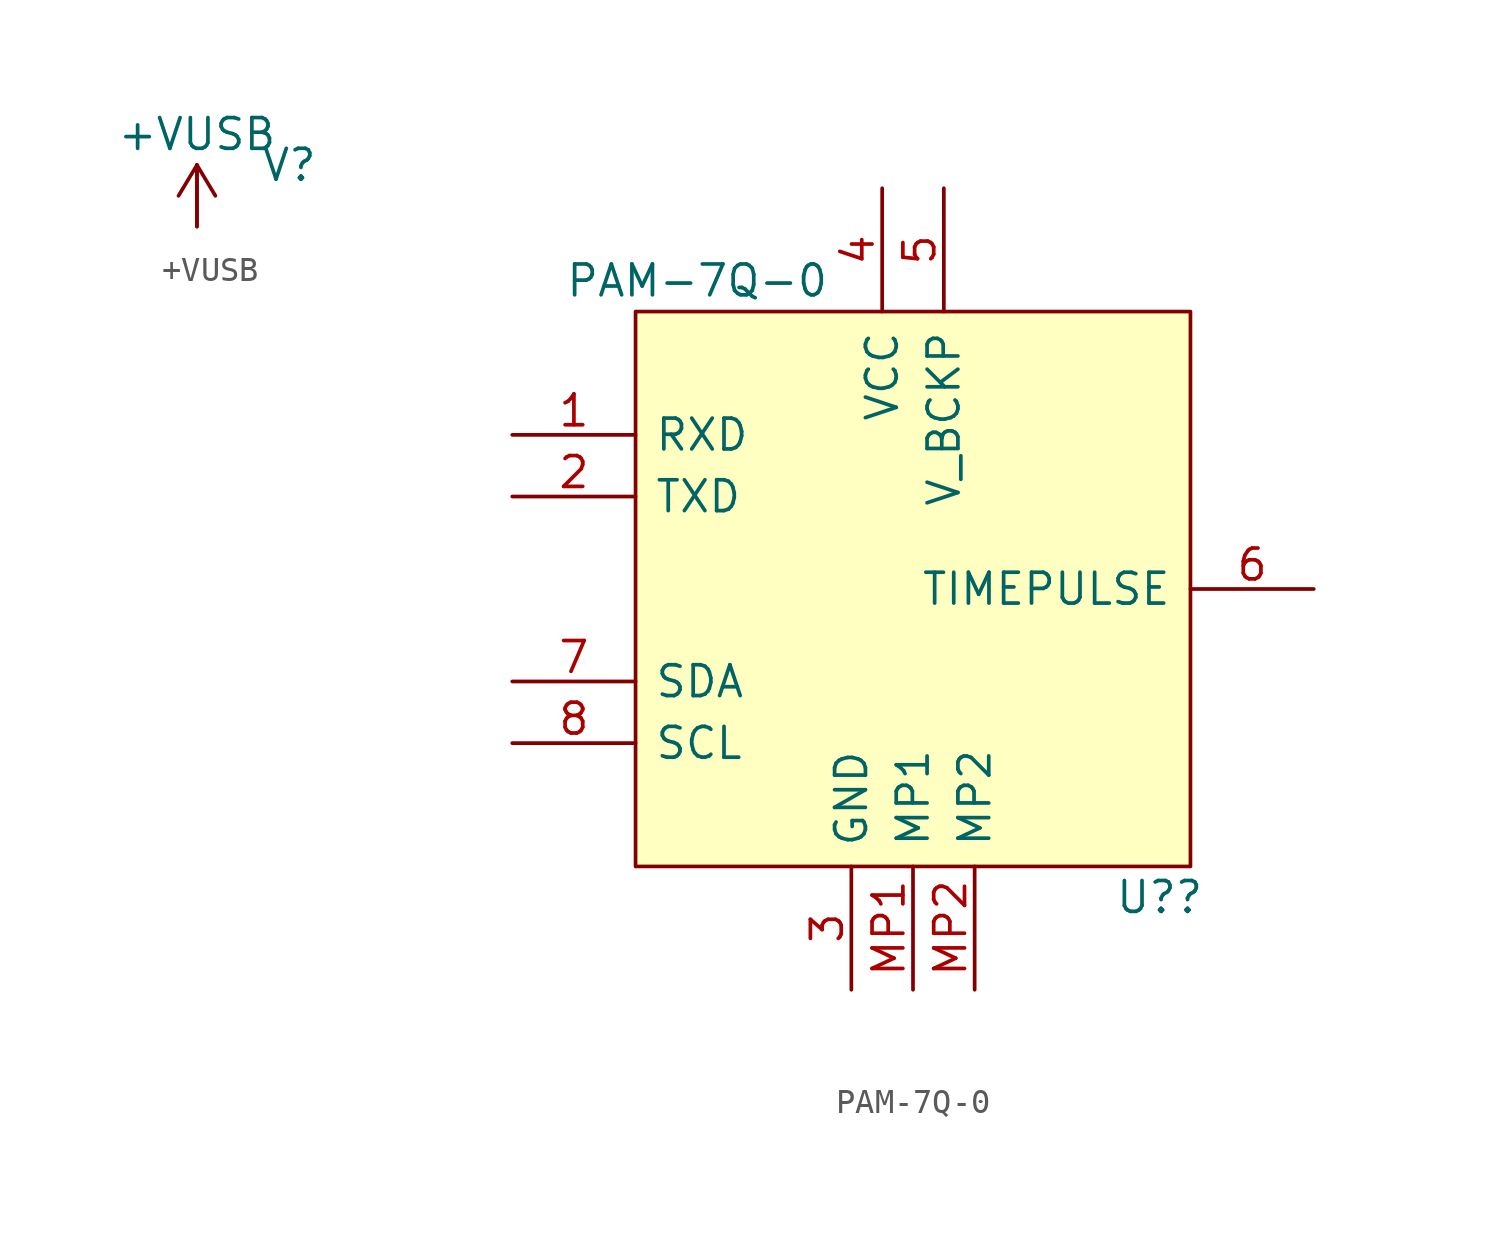
<source format=kicad_sym>
(kicad_symbol_lib
  (version 20211014)
  (generator kicad_symbol_editor)
  (symbol "+VUSB"
    (power)
    (pin_numbers hide)
    (pin_names
      (offset 0))
    (property "Reference" "V"
      (at 3.81 1.27 0)
      (effects (font (size 1.27 1.27))))
    (property "Value" "+VUSB"
      (at 0 2.54 0)
      (effects (font (size 1.27 1.27))))
    (symbol "+VUSB_1_1"
      (polyline (pts (xy -0.762 0) (xy 0 1.27)) (stroke (width 0) (type default) (color 0 0 0 0)) (fill (type none)))
      (polyline (pts (xy 0 -1.27) (xy 0 1.27)) (stroke (width 0) (type default) (color 0 0 0 0)) (fill (type none)))
      (polyline (pts (xy 0 1.27) (xy 0.762 0)) (stroke (width 0) (type default) (color 0 0 0 0)) (fill (type none)))
      (pin input line (at 0 -1.27 90) (length 2.54) (name "~" (effects (font (size 1.27 1.27)))) (number "~" (effects (font (size 1.27 1.27)))))))
  (symbol "PAM-7Q-0"
    (pin_names
      (offset 0.762))
    (property "Reference" "U?"
      (at 26.67 -21.59 0)
      (effects (font (size 1.27 1.27))))
    (property "Value" "PAM-7Q-0"
      (at 7.62 3.81 0)
      (effects (font (size 1.27 1.27))))
    (symbol "PAM-7Q-0_0_0"
      (pin passive line (at 0 -2.54 0) (length 5.08) (name "RXD" (effects (font (size 1.27 1.27)))) (number "1" (effects (font (size 1.27 1.27)))))
      (pin passive line (at 0 -5.08 0) (length 5.08) (name "TXD" (effects (font (size 1.27 1.27)))) (number "2" (effects (font (size 1.27 1.27)))))
      (pin passive line (at 13.97 -25.4 90) (length 5.08) (name "GND" (effects (font (size 1.27 1.27)))) (number "3" (effects (font (size 1.27 1.27)))))
      (pin passive line (at 15.24 7.62 270) (length 5.08) (name "VCC" (effects (font (size 1.27 1.27)))) (number "4" (effects (font (size 1.27 1.27)))))
      (pin passive line (at 17.78 7.62 270) (length 5.08) (name "V_BCKP" (effects (font (size 1.27 1.27)))) (number "5" (effects (font (size 1.27 1.27)))))
      (pin passive line (at 33.02 -8.89 180) (length 5.08) (name "TIMEPULSE" (effects (font (size 1.27 1.27)))) (number "6" (effects (font (size 1.27 1.27)))))
      (pin passive line (at 0 -12.7 0) (length 5.08) (name "SDA" (effects (font (size 1.27 1.27)))) (number "7" (effects (font (size 1.27 1.27)))))
      (pin passive line (at 0 -15.24 0) (length 5.08) (name "SCL" (effects (font (size 1.27 1.27)))) (number "8" (effects (font (size 1.27 1.27)))))
      (pin passive line (at 16.51 -25.4 90) (length 5.08) (name "MP1" (effects (font (size 1.27 1.27)))) (number "MP1" (effects (font (size 1.27 1.27)))))
      (pin passive line (at 19.05 -25.4 90) (length 5.08) (name "MP2" (effects (font (size 1.27 1.27)))) (number "MP2" (effects (font (size 1.27 1.27))))))
    (symbol "PAM-7Q-0_0_1"
      (polyline (pts (xy 5.08 2.54) (xy 27.94 2.54) (xy 27.94 -20.32) (xy 5.08 -20.32) (xy 5.08 2.54)) (stroke (width 0.152) (type default) (color 0 0 0 0)) (fill (type background))))))
</source>
